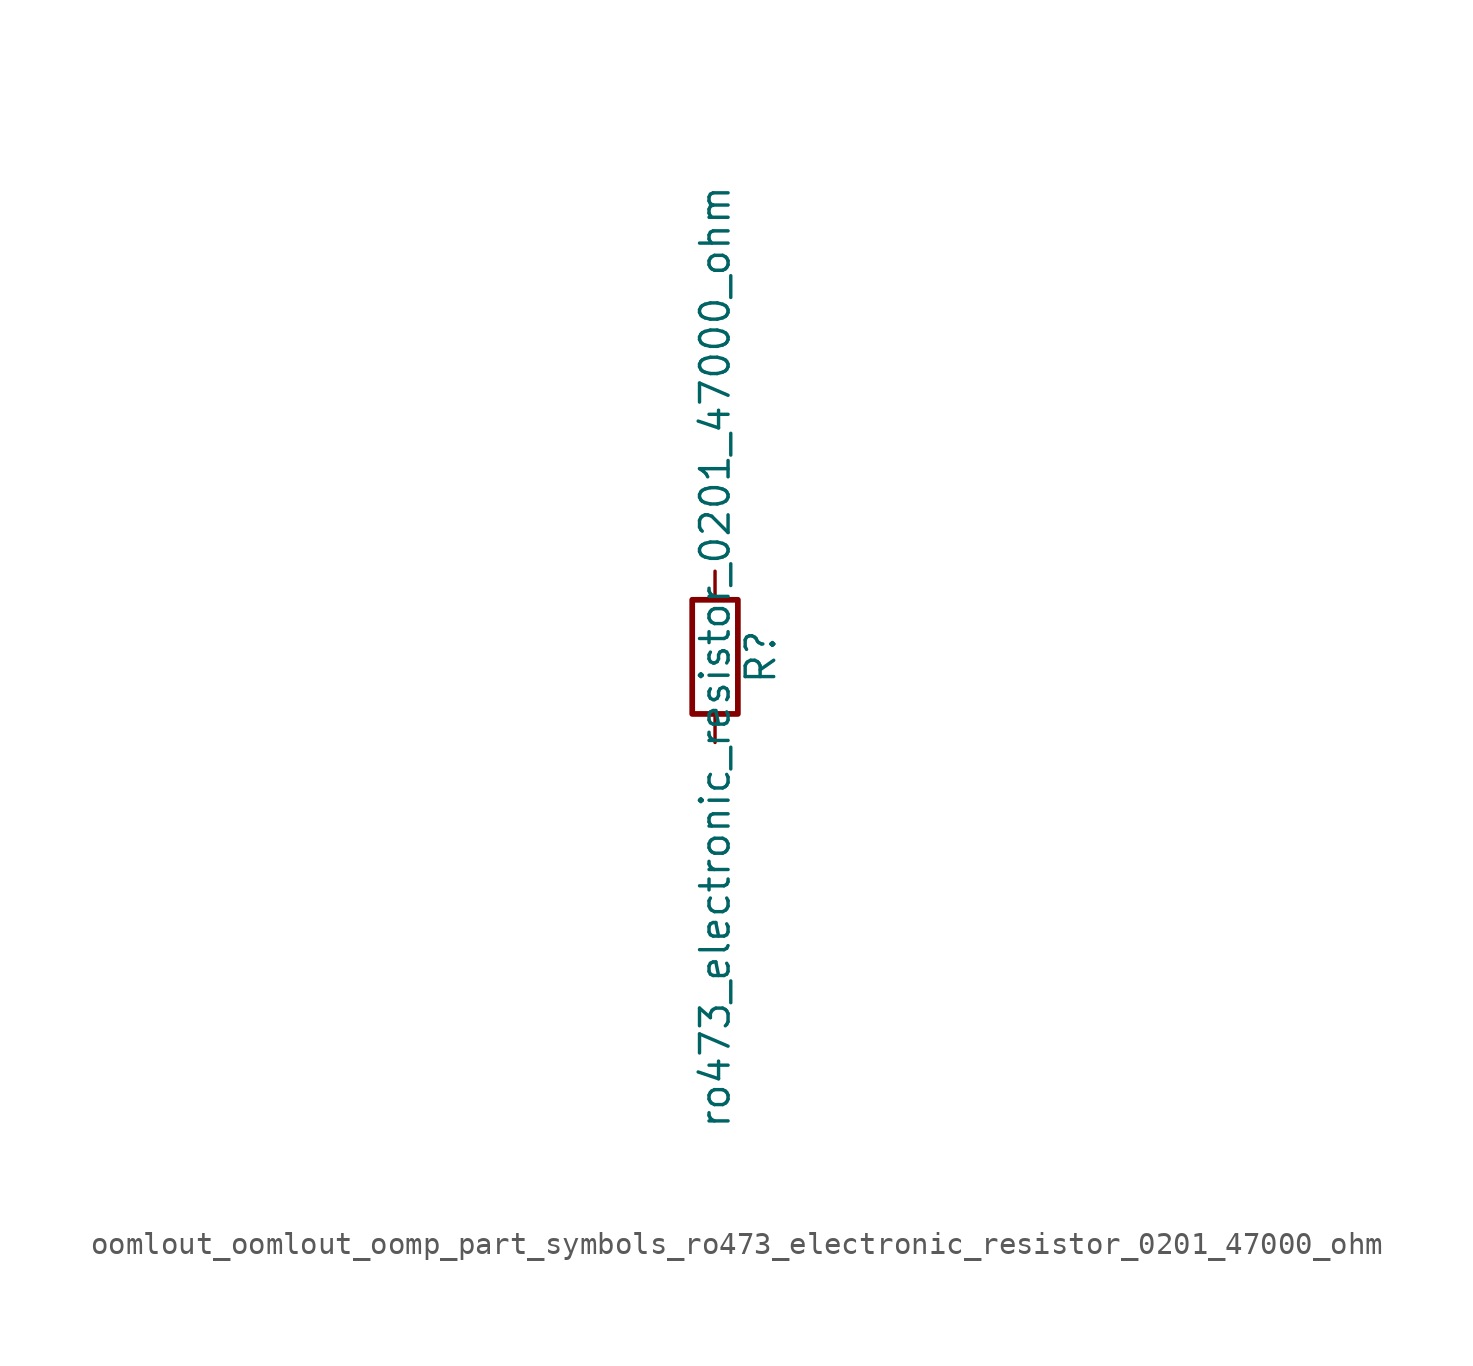
<source format=kicad_sym>
(kicad_symbol_lib
  (version 20220914)
  (generator kicad_symbol_editor)
  (symbol "oomlout_oomlout_oomp_part_symbols_ro473_electronic_resistor_0201_47000_ohm"
    (pin_numbers hide)
    (pin_names
      (offset 0))
    (property "Reference" "R"
      (at 2.032 0 90)
      (effects (font (size 1.27 1.27))))
    (property "Value" "ro473_electronic_resistor_0201_47000_ohm"
      (at 0 0 90)
      (effects (font (size 1.27 1.27))))
    (symbol "oomlout_oomlout_oomp_part_symbols_ro473_electronic_resistor_0201_47000_ohm_0_1"
      (rectangle (start -1.016 -2.54) (end 1.016 2.54) (stroke (width 0.254) (type default)) (fill (type none))))
    (symbol "oomlout_oomlout_oomp_part_symbols_ro473_electronic_resistor_0201_47000_ohm_1_1"
      (pin passive line (at 0 3.81 270) (length 1.27) (name "~" (effects (font (size 1.27 1.27)))) (number "1" (effects (font (size 1.27 1.27)))))
      (pin passive line (at 0 -3.81 90) (length 1.27) (name "~" (effects (font (size 1.27 1.27)))) (number "2" (effects (font (size 1.27 1.27))))))))
</source>
